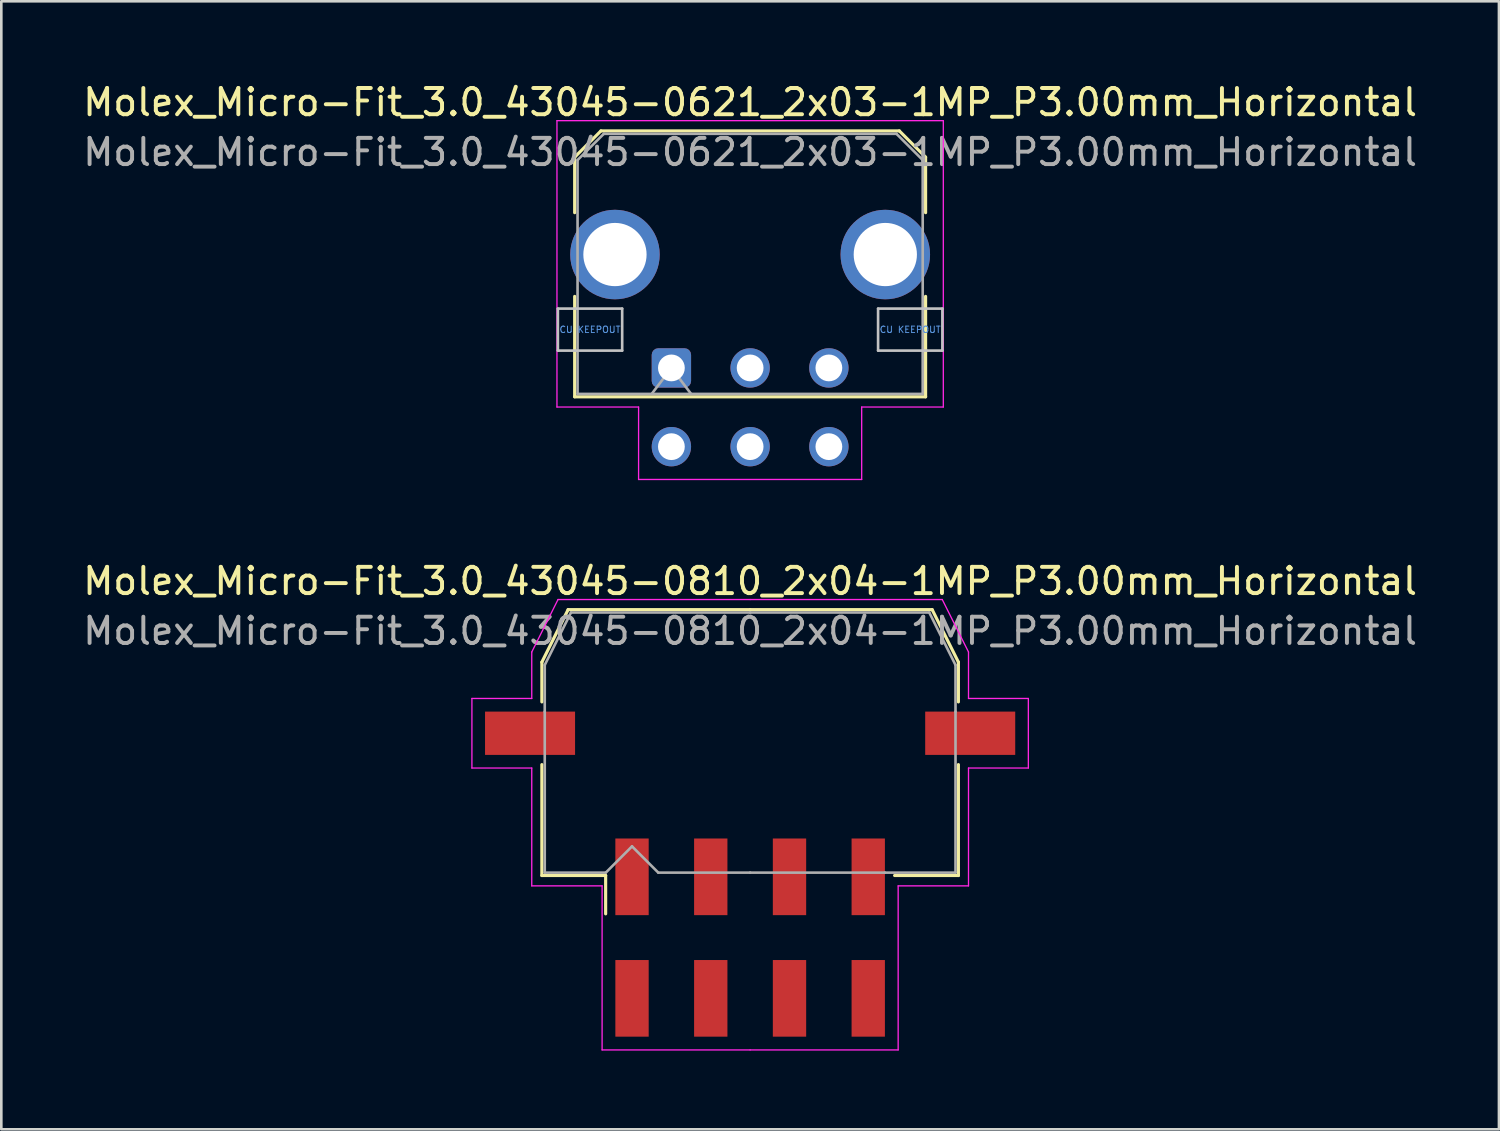
<source format=kicad_pcb>
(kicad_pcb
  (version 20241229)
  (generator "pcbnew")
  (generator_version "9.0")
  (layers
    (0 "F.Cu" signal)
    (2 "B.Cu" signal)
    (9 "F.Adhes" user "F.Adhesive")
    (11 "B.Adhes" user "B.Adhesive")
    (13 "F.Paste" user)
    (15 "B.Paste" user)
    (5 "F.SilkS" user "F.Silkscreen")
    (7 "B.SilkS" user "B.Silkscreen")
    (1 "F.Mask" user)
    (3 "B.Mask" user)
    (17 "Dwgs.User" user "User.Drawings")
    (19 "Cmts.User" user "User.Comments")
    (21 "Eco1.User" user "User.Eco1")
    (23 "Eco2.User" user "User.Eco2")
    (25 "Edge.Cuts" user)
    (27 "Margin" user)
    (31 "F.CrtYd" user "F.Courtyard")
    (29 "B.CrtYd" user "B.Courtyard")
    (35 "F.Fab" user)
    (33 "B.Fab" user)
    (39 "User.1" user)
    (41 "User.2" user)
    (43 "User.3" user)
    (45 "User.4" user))
  (footprint "Molex_Micro-Fit_3.0_43045-0810_2x04-1MP_P3.00mm_Horizontal"
    (layer "F.Cu")
    (at 25.53 32.672)
    (property "Reference" "Molex_Micro-Fit_3.0_43045-0810_2x04-1MP_P3.00mm_Horizontal" (at 0 -13.58 0) (layer "F.SilkS") (effects (font (size 1 1) (thickness 0.15))))
    (attr smd)
    (fp_line (start -7.935 -10.495) (end -7.935 -8.98) (stroke (width 0.12) (type solid)) (layer "F.SilkS"))
    (fp_line (start -7.935 -6.59) (end -7.935 -2.365) (stroke (width 0.12) (type solid)) (layer "F.SilkS"))
    (fp_line (start -7.935 -2.365) (end -5.505 -2.365) (stroke (width 0.12) (type solid)) (layer "F.SilkS"))
    (fp_line (start -6.935 -12.495) (end -7.935 -10.495) (stroke (width 0.12) (type solid)) (layer "F.SilkS"))
    (fp_line (start -5.505 -2.365) (end -5.505 -0.905) (stroke (width 0.12) (type solid)) (layer "F.SilkS"))
    (fp_line (start 0 -12.495) (end -6.935 -12.495) (stroke (width 0.12) (type solid)) (layer "F.SilkS"))
    (fp_line (start 0 -12.495) (end 6.935 -12.495) (stroke (width 0.12) (type solid)) (layer "F.SilkS"))
    (fp_line (start 6.935 -12.495) (end 7.935 -10.495) (stroke (width 0.12) (type solid)) (layer "F.SilkS"))
    (fp_line (start 7.935 -10.495) (end 7.935 -8.98) (stroke (width 0.12) (type solid)) (layer "F.SilkS"))
    (fp_line (start 7.935 -6.59) (end 7.935 -2.365) (stroke (width 0.12) (type solid)) (layer "F.SilkS"))
    (fp_line (start 7.935 -2.365) (end 5.505 -2.365) (stroke (width 0.12) (type solid)) (layer "F.SilkS"))
    (fp_line (start -10.6 -9.11) (end -10.6 -6.46) (stroke (width 0.05) (type solid)) (layer "F.CrtYd"))
    (fp_line (start -10.6 -6.46) (end -8.32 -6.46) (stroke (width 0.05) (type solid)) (layer "F.CrtYd"))
    (fp_line (start -8.32 -10.88) (end -8.32 -9.11) (stroke (width 0.05) (type solid)) (layer "F.CrtYd"))
    (fp_line (start -8.32 -9.11) (end -10.6 -9.11) (stroke (width 0.05) (type solid)) (layer "F.CrtYd"))
    (fp_line (start -8.32 -6.46) (end -8.32 -1.97) (stroke (width 0.05) (type solid)) (layer "F.CrtYd"))
    (fp_line (start -8.32 -1.97) (end -5.64 -1.97) (stroke (width 0.05) (type solid)) (layer "F.CrtYd"))
    (fp_line (start -7.32 -12.88) (end -8.32 -10.88) (stroke (width 0.05) (type solid)) (layer "F.CrtYd"))
    (fp_line (start -5.64 -1.97) (end -5.64 4.28) (stroke (width 0.05) (type solid)) (layer "F.CrtYd"))
    (fp_line (start -5.64 4.28) (end 0 4.28) (stroke (width 0.05) (type solid)) (layer "F.CrtYd"))
    (fp_line (start 0 -12.88) (end -7.32 -12.88) (stroke (width 0.05) (type solid)) (layer "F.CrtYd"))
    (fp_line (start 0 -12.88) (end 7.32 -12.88) (stroke (width 0.05) (type solid)) (layer "F.CrtYd"))
    (fp_line (start 5.64 -1.97) (end 5.64 4.28) (stroke (width 0.05) (type solid)) (layer "F.CrtYd"))
    (fp_line (start 5.64 4.28) (end 0 4.28) (stroke (width 0.05) (type solid)) (layer "F.CrtYd"))
    (fp_line (start 7.32 -12.88) (end 8.32 -10.88) (stroke (width 0.05) (type solid)) (layer "F.CrtYd"))
    (fp_line (start 8.32 -10.88) (end 8.32 -9.11) (stroke (width 0.05) (type solid)) (layer "F.CrtYd"))
    (fp_line (start 8.32 -9.11) (end 10.6 -9.11) (stroke (width 0.05) (type solid)) (layer "F.CrtYd"))
    (fp_line (start 8.32 -6.46) (end 8.32 -1.97) (stroke (width 0.05) (type solid)) (layer "F.CrtYd"))
    (fp_line (start 8.32 -1.97) (end 5.64 -1.97) (stroke (width 0.05) (type solid)) (layer "F.CrtYd"))
    (fp_line (start 10.6 -9.11) (end 10.6 -6.46) (stroke (width 0.05) (type solid)) (layer "F.CrtYd"))
    (fp_line (start 10.6 -6.46) (end 8.32 -6.46) (stroke (width 0.05) (type solid)) (layer "F.CrtYd"))
    (fp_line (start -7.825 -10.385) (end -7.825 -8.61) (stroke (width 0.1) (type solid)) (layer "F.Fab"))
    (fp_line (start -7.825 -8.61) (end -7.825 -2.475) (stroke (width 0.1) (type solid)) (layer "F.Fab"))
    (fp_line (start -7.825 -2.475) (end -5.5 -2.475) (stroke (width 0.1) (type solid)) (layer "F.Fab"))
    (fp_line (start -6.825 -12.385) (end -7.825 -10.385) (stroke (width 0.1) (type solid)) (layer "F.Fab"))
    (fp_line (start -5.5 -2.475) (end -4.5 -3.475) (stroke (width 0.1) (type solid)) (layer "F.Fab"))
    (fp_line (start -4.5 -3.475) (end -3.5 -2.475) (stroke (width 0.1) (type solid)) (layer "F.Fab"))
    (fp_line (start -3.5 -2.475) (end 0 -2.475) (stroke (width 0.1) (type solid)) (layer "F.Fab"))
    (fp_line (start 0 -12.385) (end -6.825 -12.385) (stroke (width 0.1) (type solid)) (layer "F.Fab"))
    (fp_line (start 0 -12.385) (end 6.825 -12.385) (stroke (width 0.1) (type solid)) (layer "F.Fab"))
    (fp_line (start 5.135 -2.475) (end 0 -2.475) (stroke (width 0.1) (type solid)) (layer "F.Fab"))
    (fp_line (start 6.825 -12.385) (end 7.825 -10.385) (stroke (width 0.1) (type solid)) (layer "F.Fab"))
    (fp_line (start 7.825 -10.385) (end 7.825 -8.61) (stroke (width 0.1) (type solid)) (layer "F.Fab"))
    (fp_line (start 7.825 -8.61) (end 7.825 -2.475) (stroke (width 0.1) (type solid)) (layer "F.Fab"))
    (fp_line (start 7.825 -2.475) (end 5.135 -2.475) (stroke (width 0.1) (type solid)) (layer "F.Fab"))
    (fp_text user "${REFERENCE}" (at 0 -11.68 0) (layer "F.Fab") (effects (font (size 1 1) (thickness 0.15))))
    (pad "1" smd rect (at -4.5 -2.315) (size 1.27 2.92) (layers "F.Cu" "F.Mask" "F.Paste"))
    (pad "2" smd rect (at -1.5 -2.315) (size 1.27 2.92) (layers "F.Cu" "F.Mask" "F.Paste"))
    (pad "3" smd rect (at 1.5 -2.315) (size 1.27 2.92) (layers "F.Cu" "F.Mask" "F.Paste"))
    (pad "4" smd rect (at 4.5 -2.315) (size 1.27 2.92) (layers "F.Cu" "F.Mask" "F.Paste"))
    (pad "5" smd rect (at -4.5 2.315) (size 1.27 2.92) (layers "F.Cu" "F.Mask" "F.Paste"))
    (pad "6" smd rect (at -1.5 2.315) (size 1.27 2.92) (layers "F.Cu" "F.Mask" "F.Paste"))
    (pad "7" smd rect (at 1.5 2.315) (size 1.27 2.92) (layers "F.Cu" "F.Mask" "F.Paste"))
    (pad "8" smd rect (at 4.5 2.315) (size 1.27 2.92) (layers "F.Cu" "F.Mask" "F.Paste"))
    (pad "MP" smd rect (at -8.385 -7.785) (size 3.43 1.65) (layers "F.Cu" "F.Mask" "F.Paste"))
    (pad "MP" smd rect (at 8.385 -7.785) (size 3.43 1.65) (layers "F.Cu" "F.Mask" "F.Paste")))
  (footprint "Molex_Micro-Fit_3.0_43045-0621_2x03-1MP_P3.00mm_Horizontal"
    (layer "F.Cu")
    (at 22.53 10.968)
    (property "Reference" "Molex_Micro-Fit_3.0_43045-0621_2x03-1MP_P3.00mm_Horizontal" (at 3 -10.12 0) (layer "F.SilkS") (effects (font (size 1 1) (thickness 0.15))))
    (attr through_hole)
    (fp_line (start -3.685 -8.03) (end -2.685 -9.03) (stroke (width 0.12) (type solid)) (layer "F.SilkS"))
    (fp_line (start -3.685 -5.915) (end -3.685 -8.03) (stroke (width 0.12) (type solid)) (layer "F.SilkS"))
    (fp_line (start -3.685 -2.725) (end -3.685 1.1) (stroke (width 0.12) (type solid)) (layer "F.SilkS"))
    (fp_line (start -3.685 1.1) (end 9.685 1.1) (stroke (width 0.12) (type solid)) (layer "F.SilkS"))
    (fp_line (start -2.685 -9.03) (end 8.685 -9.03) (stroke (width 0.12) (type solid)) (layer "F.SilkS"))
    (fp_line (start 8.685 -9.03) (end 9.685 -8.03) (stroke (width 0.12) (type solid)) (layer "F.SilkS"))
    (fp_line (start 9.685 -8.03) (end 9.685 -5.915) (stroke (width 0.12) (type solid)) (layer "F.SilkS"))
    (fp_line (start 9.685 1.1) (end 9.685 -2.725) (stroke (width 0.12) (type solid)) (layer "F.SilkS"))
    (fp_line (start -4.325 -2.26) (end -4.325 -0.66) (stroke (width 0.1) (type solid)) (layer "Dwgs.User"))
    (fp_line (start -4.325 -0.66) (end -1.875 -0.66) (stroke (width 0.1) (type solid)) (layer "Dwgs.User"))
    (fp_line (start -1.875 -2.26) (end -4.325 -2.26) (stroke (width 0.1) (type solid)) (layer "Dwgs.User"))
    (fp_line (start -1.875 -0.66) (end -1.875 -2.26) (stroke (width 0.1) (type solid)) (layer "Dwgs.User"))
    (fp_line (start 7.875 -2.26) (end 7.875 -0.66) (stroke (width 0.1) (type solid)) (layer "Dwgs.User"))
    (fp_line (start 7.875 -0.66) (end 10.325 -0.66) (stroke (width 0.1) (type solid)) (layer "Dwgs.User"))
    (fp_line (start 10.325 -2.26) (end 7.875 -2.26) (stroke (width 0.1) (type solid)) (layer "Dwgs.User"))
    (fp_line (start 10.325 -0.66) (end 10.325 -2.26) (stroke (width 0.1) (type solid)) (layer "Dwgs.User"))
    (fp_line (start -4.36 -9.42) (end 10.36 -9.42) (stroke (width 0.05) (type solid)) (layer "F.CrtYd"))
    (fp_line (start -4.36 1.49) (end -4.36 -9.42) (stroke (width 0.05) (type solid)) (layer "F.CrtYd"))
    (fp_line (start -1.25 1.49) (end -4.36 1.49) (stroke (width 0.05) (type solid)) (layer "F.CrtYd"))
    (fp_line (start -1.25 4.25) (end -1.25 1.49) (stroke (width 0.05) (type solid)) (layer "F.CrtYd"))
    (fp_line (start 7.25 1.49) (end 7.25 4.25) (stroke (width 0.05) (type solid)) (layer "F.CrtYd"))
    (fp_line (start 7.25 4.25) (end -1.25 4.25) (stroke (width 0.05) (type solid)) (layer "F.CrtYd"))
    (fp_line (start 10.36 -9.42) (end 10.36 1.49) (stroke (width 0.05) (type solid)) (layer "F.CrtYd"))
    (fp_line (start 10.36 1.49) (end 7.25 1.49) (stroke (width 0.05) (type solid)) (layer "F.CrtYd"))
    (fp_line (start -3.575 -7.92) (end -2.575 -8.92) (stroke (width 0.1) (type solid)) (layer "F.Fab"))
    (fp_line (start -3.575 0.99) (end -3.575 -7.92) (stroke (width 0.1) (type solid)) (layer "F.Fab"))
    (fp_line (start -2.575 -8.92) (end 8.575 -8.92) (stroke (width 0.1) (type solid)) (layer "F.Fab"))
    (fp_line (start -0.75 0.99) (end 0 0) (stroke (width 0.1) (type solid)) (layer "F.Fab"))
    (fp_line (start 0 0) (end 0.75 0.99) (stroke (width 0.1) (type solid)) (layer "F.Fab"))
    (fp_line (start 8.575 -8.92) (end 9.575 -7.92) (stroke (width 0.1) (type solid)) (layer "F.Fab"))
    (fp_line (start 9.575 -7.92) (end 9.575 0.99) (stroke (width 0.1) (type solid)) (layer "F.Fab"))
    (fp_line (start 9.575 0.99) (end -3.575 0.99) (stroke (width 0.1) (type solid)) (layer "F.Fab"))
    (fp_text user "CU KEEPOUT" (at -3.1 -1.46 0) (layer "Cmts.User") (effects (font (size 0.245 0.245) (thickness 0.037))))
    (fp_text user "CU KEEPOUT" (at 9.1 -1.46 0) (layer "Cmts.User") (effects (font (size 0.245 0.245) (thickness 0.037))))
    (fp_text user "${REFERENCE}" (at 3 -8.22 0) (layer "F.Fab") (effects (font (size 1 1) (thickness 0.15))))
    (pad "1" thru_hole roundrect (at 0 0) (size 1.5 1.5) (drill 1.02) (layers "*.Cu" "*.Mask") (roundrect_rratio 0.167))
    (pad "2" thru_hole circle (at 3 0) (size 1.5 1.5) (drill 1.02) (layers "*.Cu" "*.Mask"))
    (pad "3" thru_hole circle (at 6 0) (size 1.5 1.5) (drill 1.02) (layers "*.Cu" "*.Mask"))
    (pad "4" thru_hole circle (at 0 3) (size 1.5 1.5) (drill 1.02) (layers "*.Cu" "*.Mask"))
    (pad "5" thru_hole circle (at 3 3) (size 1.5 1.5) (drill 1.02) (layers "*.Cu" "*.Mask"))
    (pad "6" thru_hole circle (at 6 3) (size 1.5 1.5) (drill 1.02) (layers "*.Cu" "*.Mask"))
    (pad "MP" thru_hole circle (at -2.15 -4.32) (size 3.41 3.41) (drill 2.41) (layers "*.Cu" "*.Mask"))
    (pad "MP" thru_hole circle (at 8.15 -4.32) (size 3.41 3.41) (drill 2.41) (layers "*.Cu" "*.Mask")))
  (gr_rect
    (start -3 -3)
    (end 54.06 39.977)
    (stroke (width 0.1) (type default))
    (fill no)
    (layer "Edge.Cuts")))
</source>
